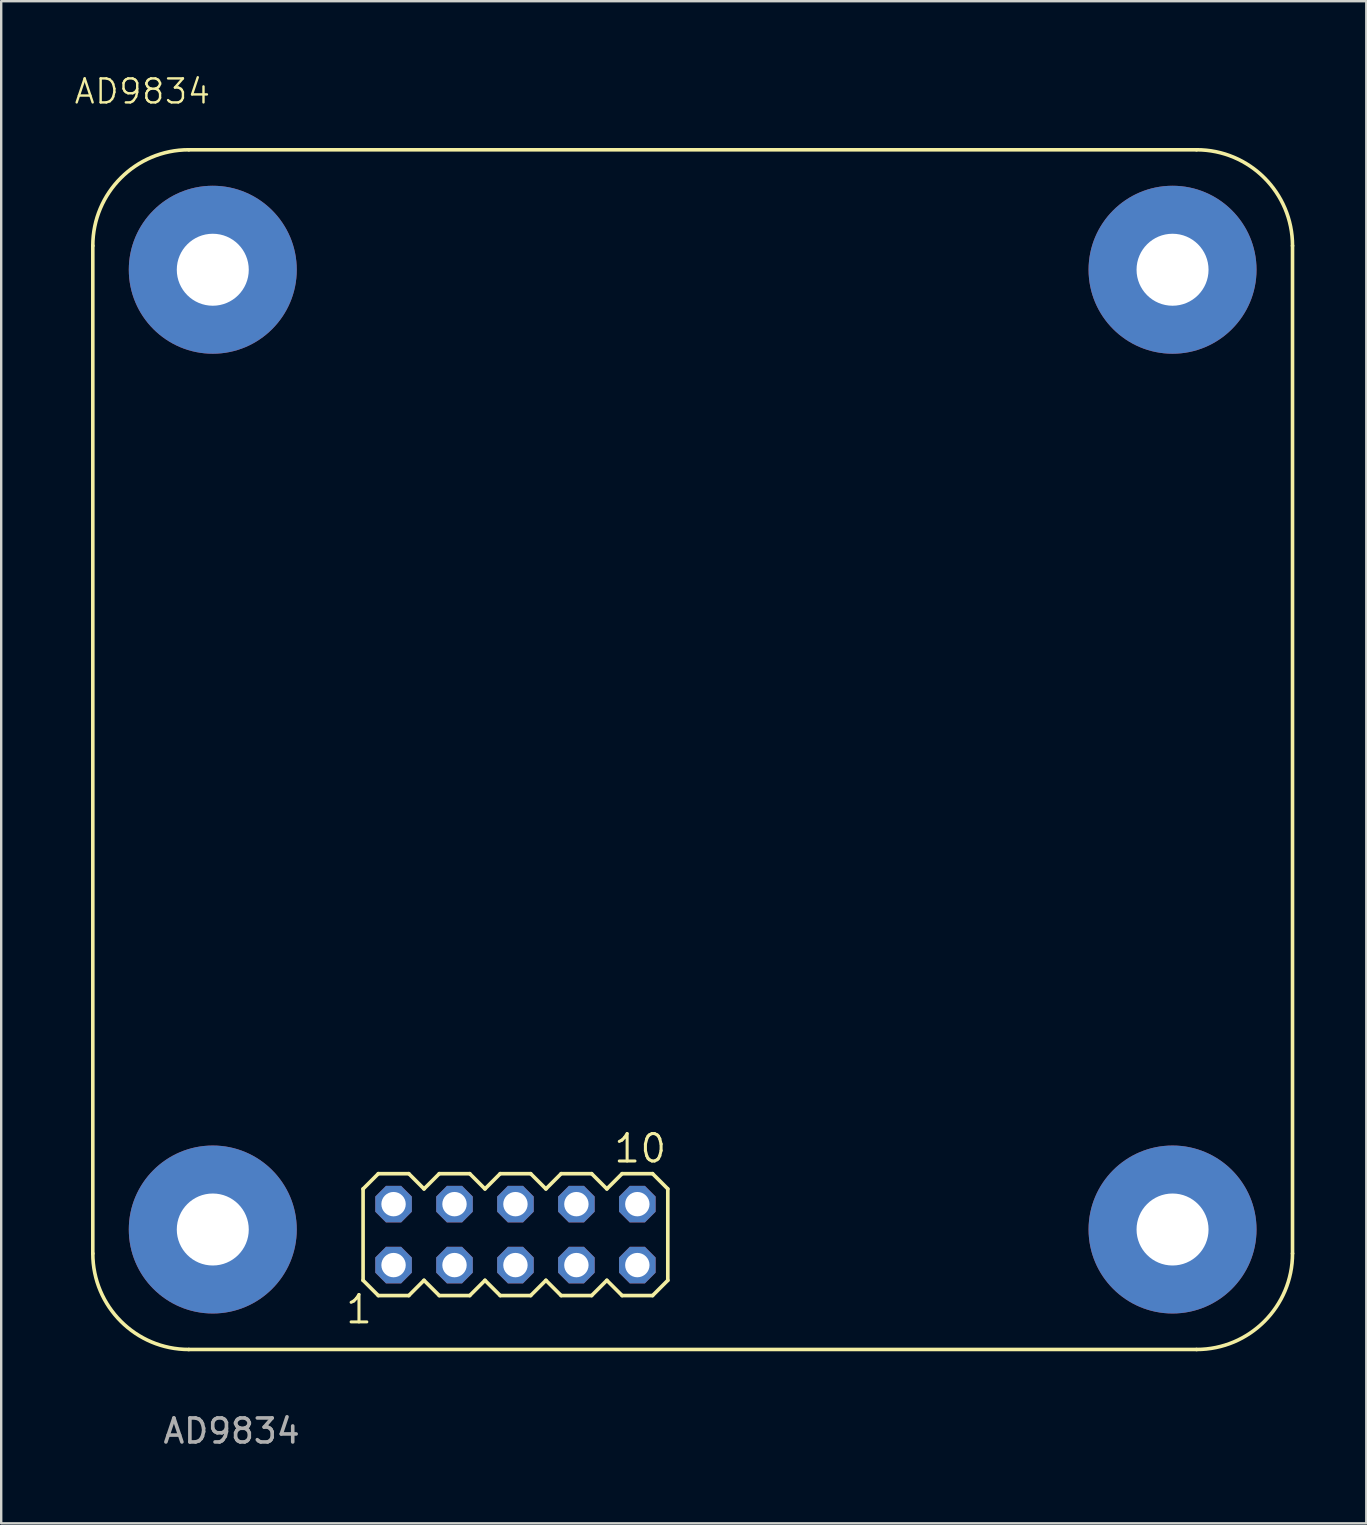
<source format=kicad_pcb>
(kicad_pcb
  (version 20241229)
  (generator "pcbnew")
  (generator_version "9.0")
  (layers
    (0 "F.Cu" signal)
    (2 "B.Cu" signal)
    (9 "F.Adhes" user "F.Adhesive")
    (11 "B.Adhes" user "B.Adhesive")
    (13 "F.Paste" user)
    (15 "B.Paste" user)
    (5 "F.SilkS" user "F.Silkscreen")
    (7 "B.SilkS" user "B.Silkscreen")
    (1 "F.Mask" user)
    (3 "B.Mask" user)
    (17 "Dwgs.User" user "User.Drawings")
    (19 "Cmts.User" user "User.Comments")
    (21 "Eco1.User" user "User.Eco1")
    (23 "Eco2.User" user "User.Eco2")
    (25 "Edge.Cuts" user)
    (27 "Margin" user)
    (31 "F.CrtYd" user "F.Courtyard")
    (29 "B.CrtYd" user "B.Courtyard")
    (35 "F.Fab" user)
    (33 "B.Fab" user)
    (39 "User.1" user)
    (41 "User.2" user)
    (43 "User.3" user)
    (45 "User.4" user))
  (footprint "AD9834"
    (layer "F.Cu")
    (at 25.743 28.192)
    (property "Reference" "AD9834" (at -22.86 -27.432 0) (unlocked yes) (layer "F.SilkS") (effects (font (size 1 1) (thickness 0.1))))
    (attr through_hole)
    (fp_line (start -24.925 21) (end -24.925 -21) (stroke (width 0.15) (type default)) (layer "F.SilkS"))
    (fp_line (start -20.925 -25) (end 21.075 -25) (stroke (width 0.15) (type default)) (layer "F.SilkS"))
    (fp_line (start -13.661 18.308) (end -13.661 22.118) (stroke (width 0.152) (type solid)) (layer "F.SilkS"))
    (fp_line (start -13.661 22.118) (end -13.026 22.753) (stroke (width 0.152) (type solid)) (layer "F.SilkS"))
    (fp_line (start -13.026 17.673) (end -13.661 18.308) (stroke (width 0.152) (type solid)) (layer "F.SilkS"))
    (fp_line (start -13.026 17.673) (end -11.756 17.673) (stroke (width 0.152) (type solid)) (layer "F.SilkS"))
    (fp_line (start -11.756 17.673) (end -11.121 18.308) (stroke (width 0.152) (type solid)) (layer "F.SilkS"))
    (fp_line (start -11.756 22.753) (end -13.026 22.753) (stroke (width 0.152) (type solid)) (layer "F.SilkS"))
    (fp_line (start -11.121 18.308) (end -10.486 17.673) (stroke (width 0.152) (type solid)) (layer "F.SilkS"))
    (fp_line (start -11.121 22.118) (end -11.756 22.753) (stroke (width 0.152) (type solid)) (layer "F.SilkS"))
    (fp_line (start -10.486 17.673) (end -9.216 17.673) (stroke (width 0.152) (type solid)) (layer "F.SilkS"))
    (fp_line (start -10.486 22.753) (end -11.121 22.118) (stroke (width 0.152) (type solid)) (layer "F.SilkS"))
    (fp_line (start -9.216 17.673) (end -8.581 18.308) (stroke (width 0.152) (type solid)) (layer "F.SilkS"))
    (fp_line (start -9.216 22.753) (end -10.486 22.753) (stroke (width 0.152) (type solid)) (layer "F.SilkS"))
    (fp_line (start -8.581 18.308) (end -7.946 17.673) (stroke (width 0.152) (type solid)) (layer "F.SilkS"))
    (fp_line (start -8.581 22.118) (end -9.216 22.753) (stroke (width 0.152) (type solid)) (layer "F.SilkS"))
    (fp_line (start -7.946 17.673) (end -6.676 17.673) (stroke (width 0.152) (type solid)) (layer "F.SilkS"))
    (fp_line (start -7.946 22.753) (end -8.581 22.118) (stroke (width 0.152) (type solid)) (layer "F.SilkS"))
    (fp_line (start -6.676 17.673) (end -6.041 18.308) (stroke (width 0.152) (type solid)) (layer "F.SilkS"))
    (fp_line (start -6.676 22.753) (end -7.946 22.753) (stroke (width 0.152) (type solid)) (layer "F.SilkS"))
    (fp_line (start -6.041 22.118) (end -6.676 22.753) (stroke (width 0.152) (type solid)) (layer "F.SilkS"))
    (fp_line (start -6.041 22.118) (end -5.406 22.753) (stroke (width 0.152) (type solid)) (layer "F.SilkS"))
    (fp_line (start -5.406 17.673) (end -6.041 18.308) (stroke (width 0.152) (type solid)) (layer "F.SilkS"))
    (fp_line (start -5.406 17.673) (end -4.136 17.673) (stroke (width 0.152) (type solid)) (layer "F.SilkS"))
    (fp_line (start -4.136 17.673) (end -3.501 18.308) (stroke (width 0.152) (type solid)) (layer "F.SilkS"))
    (fp_line (start -4.136 22.753) (end -5.406 22.753) (stroke (width 0.152) (type solid)) (layer "F.SilkS"))
    (fp_line (start -3.501 18.308) (end -2.866 17.673) (stroke (width 0.152) (type solid)) (layer "F.SilkS"))
    (fp_line (start -3.501 22.118) (end -4.136 22.753) (stroke (width 0.152) (type solid)) (layer "F.SilkS"))
    (fp_line (start -2.866 17.673) (end -1.596 17.673) (stroke (width 0.152) (type solid)) (layer "F.SilkS"))
    (fp_line (start -2.866 22.753) (end -3.501 22.118) (stroke (width 0.152) (type solid)) (layer "F.SilkS"))
    (fp_line (start -1.596 17.673) (end -0.961 18.308) (stroke (width 0.152) (type solid)) (layer "F.SilkS"))
    (fp_line (start -1.596 22.753) (end -2.866 22.753) (stroke (width 0.152) (type solid)) (layer "F.SilkS"))
    (fp_line (start -0.961 18.308) (end -0.961 22.118) (stroke (width 0.152) (type solid)) (layer "F.SilkS"))
    (fp_line (start -0.961 22.118) (end -1.596 22.753) (stroke (width 0.152) (type solid)) (layer "F.SilkS"))
    (fp_line (start 21.075 25) (end -20.925 25) (stroke (width 0.15) (type default)) (layer "F.SilkS"))
    (fp_line (start 25.075 -21) (end 25.075 21) (stroke (width 0.15) (type default)) (layer "F.SilkS"))
    (fp_arc (start -24.925 -21) (mid -23.753427 -23.828427) (end -20.925 -25) (stroke (width 0.15) (type default)) (layer "F.SilkS"))
    (fp_arc (start -20.925 25) (mid -23.753427 23.828427) (end -24.925 21) (stroke (width 0.15) (type default)) (layer "F.SilkS"))
    (fp_arc (start 21.075 -25) (mid 23.903427 -23.828427) (end 25.075 -21) (stroke (width 0.15) (type default)) (layer "F.SilkS"))
    (fp_arc (start 25.075 21) (mid 23.903427 23.828427) (end 21.075 25) (stroke (width 0.15) (type default)) (layer "F.SilkS"))
    (fp_poly (pts (xy -12.645 19.197) (xy -12.137 19.197) (xy -12.137 18.689) (xy -12.645 18.689)) (stroke (width 0.1) (type default)) (fill no) (layer "F.Fab"))
    (fp_poly (pts (xy -12.645 21.737) (xy -12.137 21.737) (xy -12.137 21.229) (xy -12.645 21.229)) (stroke (width 0.1) (type default)) (fill no) (layer "F.Fab"))
    (fp_poly (pts (xy -10.105 19.197) (xy -9.597 19.197) (xy -9.597 18.689) (xy -10.105 18.689)) (stroke (width 0.1) (type default)) (fill no) (layer "F.Fab"))
    (fp_poly (pts (xy -10.105 21.737) (xy -9.597 21.737) (xy -9.597 21.229) (xy -10.105 21.229)) (stroke (width 0.1) (type default)) (fill no) (layer "F.Fab"))
    (fp_poly (pts (xy -7.565 19.197) (xy -7.057 19.197) (xy -7.057 18.689) (xy -7.565 18.689)) (stroke (width 0.1) (type default)) (fill no) (layer "F.Fab"))
    (fp_poly (pts (xy -7.565 21.737) (xy -7.057 21.737) (xy -7.057 21.229) (xy -7.565 21.229)) (stroke (width 0.1) (type default)) (fill no) (layer "F.Fab"))
    (fp_poly (pts (xy -5.025 19.197) (xy -4.517 19.197) (xy -4.517 18.689) (xy -5.025 18.689)) (stroke (width 0.1) (type default)) (fill no) (layer "F.Fab"))
    (fp_poly (pts (xy -5.025 21.737) (xy -4.517 21.737) (xy -4.517 21.229) (xy -5.025 21.229)) (stroke (width 0.1) (type default)) (fill no) (layer "F.Fab"))
    (fp_poly (pts (xy -2.485 19.197) (xy -1.977 19.197) (xy -1.977 18.689) (xy -2.485 18.689)) (stroke (width 0.1) (type default)) (fill no) (layer "F.Fab"))
    (fp_poly (pts (xy -2.485 21.737) (xy -1.977 21.737) (xy -1.977 21.229) (xy -2.485 21.229)) (stroke (width 0.1) (type default)) (fill no) (layer "F.Fab"))
    (fp_text user "10" (at -3.284 17.291 0) (unlocked yes) (layer "F.SilkS") (effects (font (size 1.143 1.143) (thickness 0.127)) (justify left bottom)))
    (fp_text user "1" (at -14.46 23.997 0) (unlocked yes) (layer "F.SilkS") (effects (font (size 1.143 1.143) (thickness 0.127)) (justify left bottom)))
    (fp_text user "${REFERENCE}" (at -19.141 28.399 0) (unlocked yes) (layer "F.Fab") (effects (font (size 1 1) (thickness 0.15))))
    (pad "" np_thru_hole circle (at -19.925 -20) (size 7 7) (drill 3) (layers "*.Cu" "*.Mask"))
    (pad "" np_thru_hole circle (at -19.925 20) (size 7 7) (drill 3) (layers "*.Cu" "*.Mask"))
    (pad "" np_thru_hole circle (at 20.075 -20) (size 7 7) (drill 3) (layers "*.Cu" "*.Mask"))
    (pad "" np_thru_hole circle (at 20.075 20) (size 7 7) (drill 3) (layers "*.Cu" "*.Mask"))
    (pad "1" thru_hole roundrect (at -12.391 21.483) (size 1.524 1.524) (drill 1.016) (layers "*.Cu" "*.Mask") (roundrect_rratio 0.25) (chamfer_ratio 0.293) (chamfer top_left top_right bottom_left bottom_right))
    (pad "2" thru_hole roundrect (at -12.391 18.943) (size 1.524 1.524) (drill 1.016) (layers "*.Cu" "*.Mask") (roundrect_rratio 0.25) (chamfer_ratio 0.293) (chamfer top_left top_right bottom_left bottom_right))
    (pad "3" thru_hole roundrect (at -9.851 21.483) (size 1.524 1.524) (drill 1.016) (layers "*.Cu" "*.Mask") (roundrect_rratio 0.25) (chamfer_ratio 0.293) (chamfer top_left top_right bottom_left bottom_right))
    (pad "4" thru_hole roundrect (at -9.851 18.943) (size 1.524 1.524) (drill 1.016) (layers "*.Cu" "*.Mask") (roundrect_rratio 0.25) (chamfer_ratio 0.293) (chamfer top_left top_right bottom_left bottom_right))
    (pad "5" thru_hole roundrect (at -7.311 21.483) (size 1.524 1.524) (drill 1.016) (layers "*.Cu" "*.Mask") (roundrect_rratio 0.25) (chamfer_ratio 0.293) (chamfer top_left top_right bottom_left bottom_right))
    (pad "6" thru_hole roundrect (at -7.311 18.943) (size 1.524 1.524) (drill 1.016) (layers "*.Cu" "*.Mask") (roundrect_rratio 0.25) (chamfer_ratio 0.293) (chamfer top_left top_right bottom_left bottom_right))
    (pad "7" thru_hole roundrect (at -4.771 21.483) (size 1.524 1.524) (drill 1.016) (layers "*.Cu" "*.Mask") (roundrect_rratio 0.25) (chamfer_ratio 0.293) (chamfer top_left top_right bottom_left bottom_right))
    (pad "8" thru_hole roundrect (at -4.771 18.943) (size 1.524 1.524) (drill 1.016) (layers "*.Cu" "*.Mask") (roundrect_rratio 0.25) (chamfer_ratio 0.293) (chamfer top_left top_right bottom_left bottom_right))
    (pad "9" thru_hole roundrect (at -2.231 21.483) (size 1.524 1.524) (drill 1.016) (layers "*.Cu" "*.Mask") (roundrect_rratio 0.25) (chamfer_ratio 0.293) (chamfer top_left top_right bottom_left bottom_right))
    (pad "10" thru_hole roundrect (at -2.231 18.943) (size 1.524 1.524) (drill 1.016) (layers "*.Cu" "*.Mask") (roundrect_rratio 0.25) (chamfer_ratio 0.293) (chamfer top_left top_right bottom_left bottom_right)))
  (gr_rect
    (start -3 -3)
    (end 53.893 60.439)
    (stroke (width 0.1) (type default))
    (fill no)
    (layer "Edge.Cuts")))
</source>
